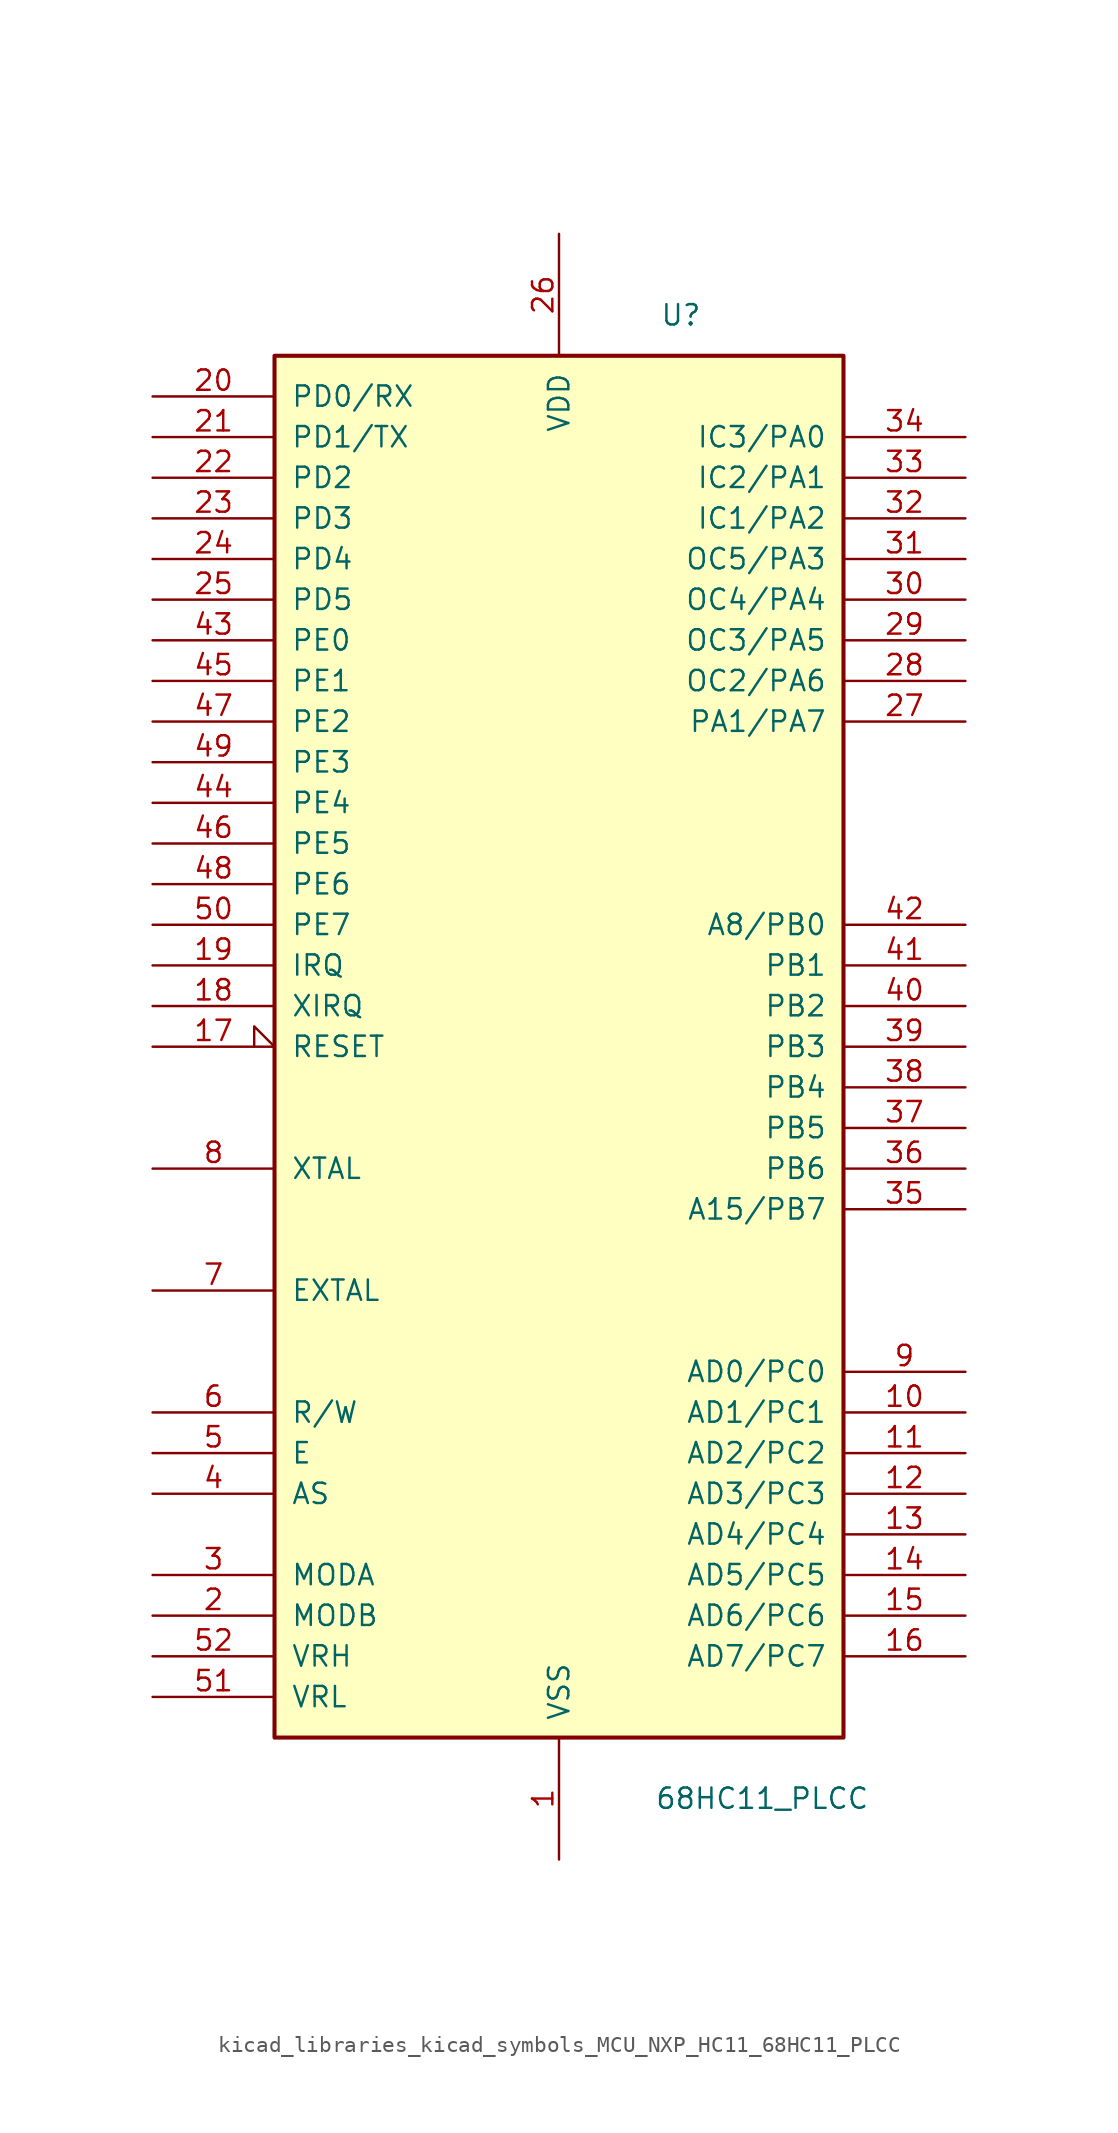
<source format=kicad_sym>
(kicad_symbol_lib
  (version 20220914)
  (generator kicad_symbol_editor)
  (symbol "kicad_libraries_kicad_symbols_MCU_NXP_HC11_68HC11_PLCC"
    (pin_names
      (offset 1.016))
    (property "Reference" "U"
      (at 7.62 45.72 0)
      (effects (font (size 1.27 1.27))))
    (property "Value" "68HC11_PLCC"
      (at 12.7 -46.99 0)
      (effects (font (size 1.27 1.27))))
    (symbol "kicad_libraries_kicad_symbols_MCU_NXP_HC11_68HC11_PLCC_0_1"
      (rectangle (start -17.78 -43.18) (end 17.78 43.18) (stroke (width 0.254) (type default)) (fill (type background))))
    (symbol "kicad_libraries_kicad_symbols_MCU_NXP_HC11_68HC11_PLCC_1_1"
      (pin power_in line (at 0 -50.8 90) (length 7.62) (name "VSS" (effects (font (size 1.27 1.27)))) (number "1" (effects (font (size 1.27 1.27)))))
      (pin tri_state line (at 25.4 -22.86 180) (length 7.62) (name "AD1/PC1" (effects (font (size 1.27 1.27)))) (number "10" (effects (font (size 1.27 1.27)))))
      (pin tri_state line (at 25.4 -25.4 180) (length 7.62) (name "AD2/PC2" (effects (font (size 1.27 1.27)))) (number "11" (effects (font (size 1.27 1.27)))))
      (pin tri_state line (at 25.4 -27.94 180) (length 7.62) (name "AD3/PC3" (effects (font (size 1.27 1.27)))) (number "12" (effects (font (size 1.27 1.27)))))
      (pin tri_state line (at 25.4 -30.48 180) (length 7.62) (name "AD4/PC4" (effects (font (size 1.27 1.27)))) (number "13" (effects (font (size 1.27 1.27)))))
      (pin tri_state line (at 25.4 -33.02 180) (length 7.62) (name "AD5/PC5" (effects (font (size 1.27 1.27)))) (number "14" (effects (font (size 1.27 1.27)))))
      (pin tri_state line (at 25.4 -35.56 180) (length 7.62) (name "AD6/PC6" (effects (font (size 1.27 1.27)))) (number "15" (effects (font (size 1.27 1.27)))))
      (pin tri_state line (at 25.4 -38.1 180) (length 7.62) (name "AD7/PC7" (effects (font (size 1.27 1.27)))) (number "16" (effects (font (size 1.27 1.27)))))
      (pin input input_low (at -25.4 0 0) (length 7.62) (name "RESET" (effects (font (size 1.27 1.27)))) (number "17" (effects (font (size 1.27 1.27)))))
      (pin input line (at -25.4 2.54 0) (length 7.62) (name "XIRQ" (effects (font (size 1.27 1.27)))) (number "18" (effects (font (size 1.27 1.27)))))
      (pin input line (at -25.4 5.08 0) (length 7.62) (name "IRQ" (effects (font (size 1.27 1.27)))) (number "19" (effects (font (size 1.27 1.27)))))
      (pin input line (at -25.4 -35.56 0) (length 7.62) (name "MODB" (effects (font (size 1.27 1.27)))) (number "2" (effects (font (size 1.27 1.27)))))
      (pin bidirectional line (at -25.4 40.64 0) (length 7.62) (name "PD0/RX" (effects (font (size 1.27 1.27)))) (number "20" (effects (font (size 1.27 1.27)))))
      (pin bidirectional line (at -25.4 38.1 0) (length 7.62) (name "PD1/TX" (effects (font (size 1.27 1.27)))) (number "21" (effects (font (size 1.27 1.27)))))
      (pin bidirectional line (at -25.4 35.56 0) (length 7.62) (name "PD2" (effects (font (size 1.27 1.27)))) (number "22" (effects (font (size 1.27 1.27)))))
      (pin input line (at -25.4 33.02 0) (length 7.62) (name "PD3" (effects (font (size 1.27 1.27)))) (number "23" (effects (font (size 1.27 1.27)))))
      (pin bidirectional line (at -25.4 30.48 0) (length 7.62) (name "PD4" (effects (font (size 1.27 1.27)))) (number "24" (effects (font (size 1.27 1.27)))))
      (pin bidirectional line (at -25.4 27.94 0) (length 7.62) (name "PD5" (effects (font (size 1.27 1.27)))) (number "25" (effects (font (size 1.27 1.27)))))
      (pin power_in line (at 0 50.8 270) (length 7.62) (name "VDD" (effects (font (size 1.27 1.27)))) (number "26" (effects (font (size 1.27 1.27)))))
      (pin input line (at 25.4 20.32 180) (length 7.62) (name "PA1/PA7" (effects (font (size 1.27 1.27)))) (number "27" (effects (font (size 1.27 1.27)))))
      (pin output line (at 25.4 22.86 180) (length 7.62) (name "OC2/PA6" (effects (font (size 1.27 1.27)))) (number "28" (effects (font (size 1.27 1.27)))))
      (pin output line (at 25.4 25.4 180) (length 7.62) (name "OC3/PA5" (effects (font (size 1.27 1.27)))) (number "29" (effects (font (size 1.27 1.27)))))
      (pin input line (at -25.4 -33.02 0) (length 7.62) (name "MODA" (effects (font (size 1.27 1.27)))) (number "3" (effects (font (size 1.27 1.27)))))
      (pin output line (at 25.4 27.94 180) (length 7.62) (name "OC4/PA4" (effects (font (size 1.27 1.27)))) (number "30" (effects (font (size 1.27 1.27)))))
      (pin output line (at 25.4 30.48 180) (length 7.62) (name "OC5/PA3" (effects (font (size 1.27 1.27)))) (number "31" (effects (font (size 1.27 1.27)))))
      (pin input line (at 25.4 33.02 180) (length 7.62) (name "IC1/PA2" (effects (font (size 1.27 1.27)))) (number "32" (effects (font (size 1.27 1.27)))))
      (pin input line (at 25.4 35.56 180) (length 7.62) (name "IC2/PA1" (effects (font (size 1.27 1.27)))) (number "33" (effects (font (size 1.27 1.27)))))
      (pin input line (at 25.4 38.1 180) (length 7.62) (name "IC3/PA0" (effects (font (size 1.27 1.27)))) (number "34" (effects (font (size 1.27 1.27)))))
      (pin output line (at 25.4 -10.16 180) (length 7.62) (name "A15/PB7" (effects (font (size 1.27 1.27)))) (number "35" (effects (font (size 1.27 1.27)))))
      (pin output line (at 25.4 -7.62 180) (length 7.62) (name "PB6" (effects (font (size 1.27 1.27)))) (number "36" (effects (font (size 1.27 1.27)))))
      (pin output line (at 25.4 -5.08 180) (length 7.62) (name "PB5" (effects (font (size 1.27 1.27)))) (number "37" (effects (font (size 1.27 1.27)))))
      (pin output line (at 25.4 -2.54 180) (length 7.62) (name "PB4" (effects (font (size 1.27 1.27)))) (number "38" (effects (font (size 1.27 1.27)))))
      (pin output line (at 25.4 0 180) (length 7.62) (name "PB3" (effects (font (size 1.27 1.27)))) (number "39" (effects (font (size 1.27 1.27)))))
      (pin output line (at -25.4 -27.94 0) (length 7.62) (name "AS" (effects (font (size 1.27 1.27)))) (number "4" (effects (font (size 1.27 1.27)))))
      (pin output line (at 25.4 2.54 180) (length 7.62) (name "PB2" (effects (font (size 1.27 1.27)))) (number "40" (effects (font (size 1.27 1.27)))))
      (pin output line (at 25.4 5.08 180) (length 7.62) (name "PB1" (effects (font (size 1.27 1.27)))) (number "41" (effects (font (size 1.27 1.27)))))
      (pin output line (at 25.4 7.62 180) (length 7.62) (name "A8/PB0" (effects (font (size 1.27 1.27)))) (number "42" (effects (font (size 1.27 1.27)))))
      (pin input line (at -25.4 25.4 0) (length 7.62) (name "PE0" (effects (font (size 1.27 1.27)))) (number "43" (effects (font (size 1.27 1.27)))))
      (pin input line (at -25.4 15.24 0) (length 7.62) (name "PE4" (effects (font (size 1.27 1.27)))) (number "44" (effects (font (size 1.27 1.27)))))
      (pin input line (at -25.4 22.86 0) (length 7.62) (name "PE1" (effects (font (size 1.27 1.27)))) (number "45" (effects (font (size 1.27 1.27)))))
      (pin input line (at -25.4 12.7 0) (length 7.62) (name "PE5" (effects (font (size 1.27 1.27)))) (number "46" (effects (font (size 1.27 1.27)))))
      (pin input line (at -25.4 20.32 0) (length 7.62) (name "PE2" (effects (font (size 1.27 1.27)))) (number "47" (effects (font (size 1.27 1.27)))))
      (pin input line (at -25.4 10.16 0) (length 7.62) (name "PE6" (effects (font (size 1.27 1.27)))) (number "48" (effects (font (size 1.27 1.27)))))
      (pin input line (at -25.4 17.78 0) (length 7.62) (name "PE3" (effects (font (size 1.27 1.27)))) (number "49" (effects (font (size 1.27 1.27)))))
      (pin output line (at -25.4 -25.4 0) (length 7.62) (name "E" (effects (font (size 1.27 1.27)))) (number "5" (effects (font (size 1.27 1.27)))))
      (pin input line (at -25.4 7.62 0) (length 7.62) (name "PE7" (effects (font (size 1.27 1.27)))) (number "50" (effects (font (size 1.27 1.27)))))
      (pin passive line (at -25.4 -40.64 0) (length 7.62) (name "VRL" (effects (font (size 1.27 1.27)))) (number "51" (effects (font (size 1.27 1.27)))))
      (pin passive line (at -25.4 -38.1 0) (length 7.62) (name "VRH" (effects (font (size 1.27 1.27)))) (number "52" (effects (font (size 1.27 1.27)))))
      (pin output line (at -25.4 -22.86 0) (length 7.62) (name "R/W" (effects (font (size 1.27 1.27)))) (number "6" (effects (font (size 1.27 1.27)))))
      (pin input line (at -25.4 -15.24 0) (length 7.62) (name "EXTAL" (effects (font (size 1.27 1.27)))) (number "7" (effects (font (size 1.27 1.27)))))
      (pin output line (at -25.4 -7.62 0) (length 7.62) (name "XTAL" (effects (font (size 1.27 1.27)))) (number "8" (effects (font (size 1.27 1.27)))))
      (pin tri_state line (at 25.4 -20.32 180) (length 7.62) (name "AD0/PC0" (effects (font (size 1.27 1.27)))) (number "9" (effects (font (size 1.27 1.27))))))))
</source>
